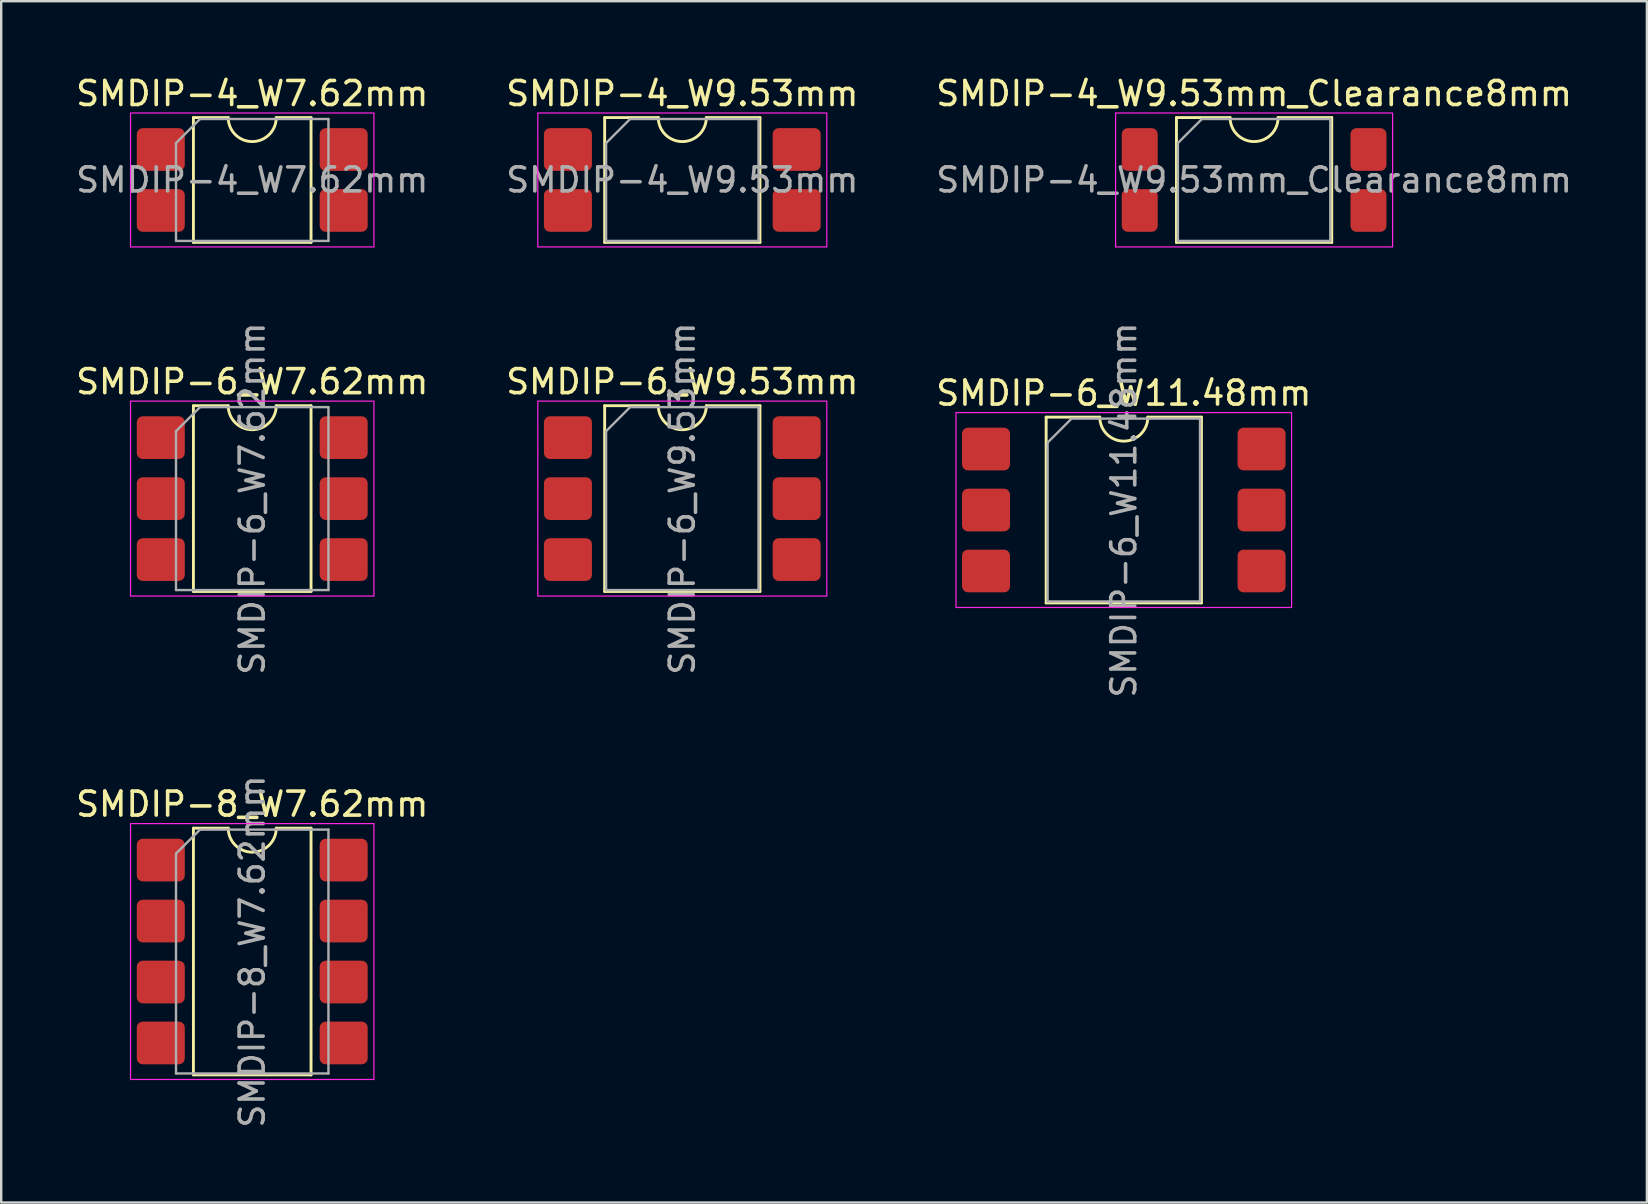
<source format=kicad_pcb>
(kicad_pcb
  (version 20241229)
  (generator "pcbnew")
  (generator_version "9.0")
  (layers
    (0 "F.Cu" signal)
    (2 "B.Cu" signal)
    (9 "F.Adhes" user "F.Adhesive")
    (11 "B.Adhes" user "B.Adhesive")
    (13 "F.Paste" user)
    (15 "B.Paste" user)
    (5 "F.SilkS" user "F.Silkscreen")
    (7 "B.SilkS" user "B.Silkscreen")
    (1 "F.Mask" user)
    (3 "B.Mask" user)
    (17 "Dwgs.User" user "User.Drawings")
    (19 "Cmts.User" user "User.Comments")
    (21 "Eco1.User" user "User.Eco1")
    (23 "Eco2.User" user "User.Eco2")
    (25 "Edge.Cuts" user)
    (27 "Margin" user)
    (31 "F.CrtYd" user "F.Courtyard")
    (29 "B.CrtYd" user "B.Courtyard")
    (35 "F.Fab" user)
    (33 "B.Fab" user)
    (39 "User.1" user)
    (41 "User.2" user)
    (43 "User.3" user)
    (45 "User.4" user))
  (footprint "SMDIP-4_W9.53mm_Clearance8mm"
    (layer "F.Cu")
    (at 49.196 4.448)
    (property "Reference" "SMDIP-4_W9.53mm_Clearance8mm" (at 0 -3.6 0) (layer "F.SilkS") (effects (font (size 1 1) (thickness 0.15))))
    (attr smd)
    (fp_line (start -3.235 -2.6) (end -3.235 2.6) (stroke (width 0.12) (type solid)) (layer "F.SilkS"))
    (fp_line (start -3.235 2.6) (end 3.235 2.6) (stroke (width 0.12) (type solid)) (layer "F.SilkS"))
    (fp_line (start -1 -2.6) (end -3.235 -2.6) (stroke (width 0.12) (type solid)) (layer "F.SilkS"))
    (fp_line (start 3.235 -2.6) (end 1 -2.6) (stroke (width 0.12) (type solid)) (layer "F.SilkS"))
    (fp_line (start 3.235 2.6) (end 3.235 -2.6) (stroke (width 0.12) (type solid)) (layer "F.SilkS"))
    (fp_arc (start 1 -2.6) (mid 0 -1.6) (end -1 -2.6) (stroke (width 0.12) (type solid)) (layer "F.SilkS"))
    (fp_rect (start -5.77 -2.79) (end 5.77 2.79) (stroke (width 0.05) (type solid)) (fill no) (layer "F.CrtYd"))
    (fp_line (start -3.175 -1.54) (end -2.175 -2.54) (stroke (width 0.1) (type solid)) (layer "F.Fab"))
    (fp_line (start -3.175 2.54) (end -3.175 -1.54) (stroke (width 0.1) (type solid)) (layer "F.Fab"))
    (fp_line (start -2.175 -2.54) (end 3.175 -2.54) (stroke (width 0.1) (type solid)) (layer "F.Fab"))
    (fp_line (start 3.175 -2.54) (end 3.175 2.54) (stroke (width 0.1) (type solid)) (layer "F.Fab"))
    (fp_line (start 3.175 2.54) (end -3.175 2.54) (stroke (width 0.1) (type solid)) (layer "F.Fab"))
    (fp_text user "${REFERENCE}" (at 0 0 0) (layer "F.Fab") (effects (font (size 1 1) (thickness 0.15))))
    (pad "1" smd roundrect (at -4.765 -1.27) (size 1.5 1.78) (layers "F.Cu" "F.Mask" "F.Paste") (roundrect_rratio 0.167))
    (pad "2" smd roundrect (at -4.765 1.27) (size 1.5 1.78) (layers "F.Cu" "F.Mask" "F.Paste") (roundrect_rratio 0.167))
    (pad "3" smd roundrect (at 4.765 1.27) (size 1.5 1.78) (layers "F.Cu" "F.Mask" "F.Paste") (roundrect_rratio 0.167))
    (pad "4" smd roundrect (at 4.765 -1.27) (size 1.5 1.78) (layers "F.Cu" "F.Mask" "F.Paste") (roundrect_rratio 0.167)))
  (footprint "SMDIP-6_W7.62mm"
    (layer "F.Cu")
    (at 7.458 17.722)
    (property "Reference" "SMDIP-6_W7.62mm" (at 0 -4.87 0) (layer "F.SilkS") (effects (font (size 1 1) (thickness 0.15))))
    (attr smd)
    (fp_line (start -2.45 -3.87) (end -2.45 3.87) (stroke (width 0.12) (type solid)) (layer "F.SilkS"))
    (fp_line (start -2.45 3.87) (end 2.45 3.87) (stroke (width 0.12) (type solid)) (layer "F.SilkS"))
    (fp_line (start -1 -3.87) (end -2.45 -3.87) (stroke (width 0.12) (type solid)) (layer "F.SilkS"))
    (fp_line (start 2.45 -3.87) (end 1 -3.87) (stroke (width 0.12) (type solid)) (layer "F.SilkS"))
    (fp_line (start 2.45 3.87) (end 2.45 -3.87) (stroke (width 0.12) (type solid)) (layer "F.SilkS"))
    (fp_arc (start 1 -3.87) (mid 0 -2.87) (end -1 -3.87) (stroke (width 0.12) (type solid)) (layer "F.SilkS"))
    (fp_rect (start -5.07 -4.06) (end 5.07 4.06) (stroke (width 0.05) (type solid)) (fill no) (layer "F.CrtYd"))
    (fp_line (start -3.175 -2.81) (end -2.175 -3.81) (stroke (width 0.1) (type solid)) (layer "F.Fab"))
    (fp_line (start -3.175 3.81) (end -3.175 -2.81) (stroke (width 0.1) (type solid)) (layer "F.Fab"))
    (fp_line (start -2.175 -3.81) (end 3.175 -3.81) (stroke (width 0.1) (type solid)) (layer "F.Fab"))
    (fp_line (start 3.175 -3.81) (end 3.175 3.81) (stroke (width 0.1) (type solid)) (layer "F.Fab"))
    (fp_line (start 3.175 3.81) (end -3.175 3.81) (stroke (width 0.1) (type solid)) (layer "F.Fab"))
    (fp_text user "${REFERENCE}" (at 0 0 90) (layer "F.Fab") (effects (font (size 1 1) (thickness 0.15))))
    (pad "1" smd roundrect (at -3.81 -2.54) (size 2 1.78) (layers "F.Cu" "F.Mask" "F.Paste") (roundrect_rratio 0.14))
    (pad "2" smd roundrect (at -3.81 0) (size 2 1.78) (layers "F.Cu" "F.Mask" "F.Paste") (roundrect_rratio 0.14))
    (pad "3" smd roundrect (at -3.81 2.54) (size 2 1.78) (layers "F.Cu" "F.Mask" "F.Paste") (roundrect_rratio 0.14))
    (pad "4" smd roundrect (at 3.81 2.54) (size 2 1.78) (layers "F.Cu" "F.Mask" "F.Paste") (roundrect_rratio 0.14))
    (pad "5" smd roundrect (at 3.81 0) (size 2 1.78) (layers "F.Cu" "F.Mask" "F.Paste") (roundrect_rratio 0.14))
    (pad "6" smd roundrect (at 3.81 -2.54) (size 2 1.78) (layers "F.Cu" "F.Mask" "F.Paste") (roundrect_rratio 0.14)))
  (footprint "SMDIP-6_W9.53mm"
    (layer "F.Cu")
    (at 25.375 17.722)
    (property "Reference" "SMDIP-6_W9.53mm" (at 0 -4.87 0) (layer "F.SilkS") (effects (font (size 1 1) (thickness 0.15))))
    (attr smd)
    (fp_line (start -3.235 -3.87) (end -3.235 3.87) (stroke (width 0.12) (type solid)) (layer "F.SilkS"))
    (fp_line (start -3.235 3.87) (end 3.235 3.87) (stroke (width 0.12) (type solid)) (layer "F.SilkS"))
    (fp_line (start -1 -3.87) (end -3.235 -3.87) (stroke (width 0.12) (type solid)) (layer "F.SilkS"))
    (fp_line (start 3.235 -3.87) (end 1 -3.87) (stroke (width 0.12) (type solid)) (layer "F.SilkS"))
    (fp_line (start 3.235 3.87) (end 3.235 -3.87) (stroke (width 0.12) (type solid)) (layer "F.SilkS"))
    (fp_arc (start 1 -3.87) (mid 0 -2.87) (end -1 -3.87) (stroke (width 0.12) (type solid)) (layer "F.SilkS"))
    (fp_rect (start -6.02 -4.06) (end 6.02 4.06) (stroke (width 0.05) (type solid)) (fill no) (layer "F.CrtYd"))
    (fp_line (start -3.175 -2.81) (end -2.175 -3.81) (stroke (width 0.1) (type solid)) (layer "F.Fab"))
    (fp_line (start -3.175 3.81) (end -3.175 -2.81) (stroke (width 0.1) (type solid)) (layer "F.Fab"))
    (fp_line (start -2.175 -3.81) (end 3.175 -3.81) (stroke (width 0.1) (type solid)) (layer "F.Fab"))
    (fp_line (start 3.175 -3.81) (end 3.175 3.81) (stroke (width 0.1) (type solid)) (layer "F.Fab"))
    (fp_line (start 3.175 3.81) (end -3.175 3.81) (stroke (width 0.1) (type solid)) (layer "F.Fab"))
    (fp_text user "${REFERENCE}" (at 0 0 90) (layer "F.Fab") (effects (font (size 1 1) (thickness 0.15))))
    (pad "1" smd roundrect (at -4.765 -2.54) (size 2 1.78) (layers "F.Cu" "F.Mask" "F.Paste") (roundrect_rratio 0.14))
    (pad "2" smd roundrect (at -4.765 0) (size 2 1.78) (layers "F.Cu" "F.Mask" "F.Paste") (roundrect_rratio 0.14))
    (pad "3" smd roundrect (at -4.765 2.54) (size 2 1.78) (layers "F.Cu" "F.Mask" "F.Paste") (roundrect_rratio 0.14))
    (pad "4" smd roundrect (at 4.765 2.54) (size 2 1.78) (layers "F.Cu" "F.Mask" "F.Paste") (roundrect_rratio 0.14))
    (pad "5" smd roundrect (at 4.765 0) (size 2 1.78) (layers "F.Cu" "F.Mask" "F.Paste") (roundrect_rratio 0.14))
    (pad "6" smd roundrect (at 4.765 -2.54) (size 2 1.78) (layers "F.Cu" "F.Mask" "F.Paste") (roundrect_rratio 0.14)))
  (footprint "SMDIP-8_W7.62mm"
    (layer "F.Cu")
    (at 7.458 36.591)
    (property "Reference" "SMDIP-8_W7.62mm" (at 0 -6.14 0) (layer "F.SilkS") (effects (font (size 1 1) (thickness 0.15))))
    (attr smd)
    (fp_line (start -2.45 -5.14) (end -2.45 5.14) (stroke (width 0.12) (type solid)) (layer "F.SilkS"))
    (fp_line (start -2.45 5.14) (end 2.45 5.14) (stroke (width 0.12) (type solid)) (layer "F.SilkS"))
    (fp_line (start -1 -5.14) (end -2.45 -5.14) (stroke (width 0.12) (type solid)) (layer "F.SilkS"))
    (fp_line (start 2.45 -5.14) (end 1 -5.14) (stroke (width 0.12) (type solid)) (layer "F.SilkS"))
    (fp_line (start 2.45 5.14) (end 2.45 -5.14) (stroke (width 0.12) (type solid)) (layer "F.SilkS"))
    (fp_arc (start 1 -5.14) (mid 0 -4.14) (end -1 -5.14) (stroke (width 0.12) (type solid)) (layer "F.SilkS"))
    (fp_rect (start -5.07 -5.33) (end 5.07 5.33) (stroke (width 0.05) (type solid)) (fill no) (layer "F.CrtYd"))
    (fp_line (start -3.175 -4.08) (end -2.175 -5.08) (stroke (width 0.1) (type solid)) (layer "F.Fab"))
    (fp_line (start -3.175 5.08) (end -3.175 -4.08) (stroke (width 0.1) (type solid)) (layer "F.Fab"))
    (fp_line (start -2.175 -5.08) (end 3.175 -5.08) (stroke (width 0.1) (type solid)) (layer "F.Fab"))
    (fp_line (start 3.175 -5.08) (end 3.175 5.08) (stroke (width 0.1) (type solid)) (layer "F.Fab"))
    (fp_line (start 3.175 5.08) (end -3.175 5.08) (stroke (width 0.1) (type solid)) (layer "F.Fab"))
    (fp_text user "${REFERENCE}" (at 0 0 90) (layer "F.Fab") (effects (font (size 1 1) (thickness 0.15))))
    (pad "1" smd roundrect (at -3.81 -3.81) (size 2 1.78) (layers "F.Cu" "F.Mask" "F.Paste") (roundrect_rratio 0.14))
    (pad "2" smd roundrect (at -3.81 -1.27) (size 2 1.78) (layers "F.Cu" "F.Mask" "F.Paste") (roundrect_rratio 0.14))
    (pad "3" smd roundrect (at -3.81 1.27) (size 2 1.78) (layers "F.Cu" "F.Mask" "F.Paste") (roundrect_rratio 0.14))
    (pad "4" smd roundrect (at -3.81 3.81) (size 2 1.78) (layers "F.Cu" "F.Mask" "F.Paste") (roundrect_rratio 0.14))
    (pad "5" smd roundrect (at 3.81 3.81) (size 2 1.78) (layers "F.Cu" "F.Mask" "F.Paste") (roundrect_rratio 0.14))
    (pad "6" smd roundrect (at 3.81 1.27) (size 2 1.78) (layers "F.Cu" "F.Mask" "F.Paste") (roundrect_rratio 0.14))
    (pad "7" smd roundrect (at 3.81 -1.27) (size 2 1.78) (layers "F.Cu" "F.Mask" "F.Paste") (roundrect_rratio 0.14))
    (pad "8" smd roundrect (at 3.81 -3.81) (size 2 1.78) (layers "F.Cu" "F.Mask" "F.Paste") (roundrect_rratio 0.14)))
  (footprint "SMDIP-4_W7.62mm"
    (layer "F.Cu")
    (at 7.458 4.448)
    (property "Reference" "SMDIP-4_W7.62mm" (at 0 -3.6 0) (layer "F.SilkS") (effects (font (size 1 1) (thickness 0.15))))
    (attr smd)
    (fp_line (start -2.45 -2.6) (end -2.45 2.6) (stroke (width 0.12) (type solid)) (layer "F.SilkS"))
    (fp_line (start -2.45 2.6) (end 2.45 2.6) (stroke (width 0.12) (type solid)) (layer "F.SilkS"))
    (fp_line (start -1 -2.6) (end -2.45 -2.6) (stroke (width 0.12) (type solid)) (layer "F.SilkS"))
    (fp_line (start 2.45 -2.6) (end 1 -2.6) (stroke (width 0.12) (type solid)) (layer "F.SilkS"))
    (fp_line (start 2.45 2.6) (end 2.45 -2.6) (stroke (width 0.12) (type solid)) (layer "F.SilkS"))
    (fp_arc (start 1 -2.6) (mid 0 -1.6) (end -1 -2.6) (stroke (width 0.12) (type solid)) (layer "F.SilkS"))
    (fp_rect (start -5.07 -2.79) (end 5.07 2.79) (stroke (width 0.05) (type solid)) (fill no) (layer "F.CrtYd"))
    (fp_line (start -3.175 -1.54) (end -2.175 -2.54) (stroke (width 0.1) (type solid)) (layer "F.Fab"))
    (fp_line (start -3.175 2.54) (end -3.175 -1.54) (stroke (width 0.1) (type solid)) (layer "F.Fab"))
    (fp_line (start -2.175 -2.54) (end 3.175 -2.54) (stroke (width 0.1) (type solid)) (layer "F.Fab"))
    (fp_line (start 3.175 -2.54) (end 3.175 2.54) (stroke (width 0.1) (type solid)) (layer "F.Fab"))
    (fp_line (start 3.175 2.54) (end -3.175 2.54) (stroke (width 0.1) (type solid)) (layer "F.Fab"))
    (fp_text user "${REFERENCE}" (at 0 0 0) (layer "F.Fab") (effects (font (size 1 1) (thickness 0.15))))
    (pad "1" smd roundrect (at -3.81 -1.27) (size 2 1.78) (layers "F.Cu" "F.Mask" "F.Paste") (roundrect_rratio 0.14))
    (pad "2" smd roundrect (at -3.81 1.27) (size 2 1.78) (layers "F.Cu" "F.Mask" "F.Paste") (roundrect_rratio 0.14))
    (pad "3" smd roundrect (at 3.81 1.27) (size 2 1.78) (layers "F.Cu" "F.Mask" "F.Paste") (roundrect_rratio 0.14))
    (pad "4" smd roundrect (at 3.81 -1.27) (size 2 1.78) (layers "F.Cu" "F.Mask" "F.Paste") (roundrect_rratio 0.14)))
  (footprint "SMDIP-4_W9.53mm"
    (layer "F.Cu")
    (at 25.375 4.448)
    (property "Reference" "SMDIP-4_W9.53mm" (at 0 -3.6 0) (layer "F.SilkS") (effects (font (size 1 1) (thickness 0.15))))
    (attr smd)
    (fp_line (start -3.235 -2.6) (end -3.235 2.6) (stroke (width 0.12) (type solid)) (layer "F.SilkS"))
    (fp_line (start -3.235 2.6) (end 3.235 2.6) (stroke (width 0.12) (type solid)) (layer "F.SilkS"))
    (fp_line (start -1 -2.6) (end -3.235 -2.6) (stroke (width 0.12) (type solid)) (layer "F.SilkS"))
    (fp_line (start 3.235 -2.6) (end 1 -2.6) (stroke (width 0.12) (type solid)) (layer "F.SilkS"))
    (fp_line (start 3.235 2.6) (end 3.235 -2.6) (stroke (width 0.12) (type solid)) (layer "F.SilkS"))
    (fp_arc (start 1 -2.6) (mid 0 -1.6) (end -1 -2.6) (stroke (width 0.12) (type solid)) (layer "F.SilkS"))
    (fp_rect (start -6.02 -2.79) (end 6.02 2.79) (stroke (width 0.05) (type solid)) (fill no) (layer "F.CrtYd"))
    (fp_line (start -3.175 -1.54) (end -2.175 -2.54) (stroke (width 0.1) (type solid)) (layer "F.Fab"))
    (fp_line (start -3.175 2.54) (end -3.175 -1.54) (stroke (width 0.1) (type solid)) (layer "F.Fab"))
    (fp_line (start -2.175 -2.54) (end 3.175 -2.54) (stroke (width 0.1) (type solid)) (layer "F.Fab"))
    (fp_line (start 3.175 -2.54) (end 3.175 2.54) (stroke (width 0.1) (type solid)) (layer "F.Fab"))
    (fp_line (start 3.175 2.54) (end -3.175 2.54) (stroke (width 0.1) (type solid)) (layer "F.Fab"))
    (fp_text user "${REFERENCE}" (at 0 0 0) (layer "F.Fab") (effects (font (size 1 1) (thickness 0.15))))
    (pad "1" smd roundrect (at -4.765 -1.27) (size 2 1.78) (layers "F.Cu" "F.Mask" "F.Paste") (roundrect_rratio 0.14))
    (pad "2" smd roundrect (at -4.765 1.27) (size 2 1.78) (layers "F.Cu" "F.Mask" "F.Paste") (roundrect_rratio 0.14))
    (pad "3" smd roundrect (at 4.765 1.27) (size 2 1.78) (layers "F.Cu" "F.Mask" "F.Paste") (roundrect_rratio 0.14))
    (pad "4" smd roundrect (at 4.765 -1.27) (size 2 1.78) (layers "F.Cu" "F.Mask" "F.Paste") (roundrect_rratio 0.14)))
  (footprint "SMDIP-6_W11.48mm"
    (layer "F.Cu")
    (at 43.768 18.198)
    (property "Reference" "SMDIP-6_W11.48mm" (at 0 -4.87 0) (layer "F.SilkS") (effects (font (size 1 1) (thickness 0.15))))
    (attr smd)
    (fp_line (start -3.235 -3.87) (end -3.235 3.87) (stroke (width 0.12) (type solid)) (layer "F.SilkS"))
    (fp_line (start -3.235 3.87) (end 3.235 3.87) (stroke (width 0.12) (type solid)) (layer "F.SilkS"))
    (fp_line (start -1 -3.87) (end -3.235 -3.87) (stroke (width 0.12) (type solid)) (layer "F.SilkS"))
    (fp_line (start 3.235 -3.87) (end 1 -3.87) (stroke (width 0.12) (type solid)) (layer "F.SilkS"))
    (fp_line (start 3.235 3.87) (end 3.235 -3.87) (stroke (width 0.12) (type solid)) (layer "F.SilkS"))
    (fp_arc (start 1 -3.87) (mid 0 -2.87) (end -1 -3.87) (stroke (width 0.12) (type solid)) (layer "F.SilkS"))
    (fp_rect (start -6.99 -4.06) (end 6.99 4.06) (stroke (width 0.05) (type solid)) (fill no) (layer "F.CrtYd"))
    (fp_line (start -3.175 -2.81) (end -2.175 -3.81) (stroke (width 0.1) (type solid)) (layer "F.Fab"))
    (fp_line (start -3.175 3.81) (end -3.175 -2.81) (stroke (width 0.1) (type solid)) (layer "F.Fab"))
    (fp_line (start -2.175 -3.81) (end 3.175 -3.81) (stroke (width 0.1) (type solid)) (layer "F.Fab"))
    (fp_line (start 3.175 -3.81) (end 3.175 3.81) (stroke (width 0.1) (type solid)) (layer "F.Fab"))
    (fp_line (start 3.175 3.81) (end -3.175 3.81) (stroke (width 0.1) (type solid)) (layer "F.Fab"))
    (fp_text user "${REFERENCE}" (at 0 0 90) (layer "F.Fab") (effects (font (size 1 1) (thickness 0.15))))
    (pad "1" smd roundrect (at -5.74 -2.54) (size 2 1.78) (layers "F.Cu" "F.Mask" "F.Paste") (roundrect_rratio 0.14))
    (pad "2" smd roundrect (at -5.74 0) (size 2 1.78) (layers "F.Cu" "F.Mask" "F.Paste") (roundrect_rratio 0.14))
    (pad "3" smd roundrect (at -5.74 2.54) (size 2 1.78) (layers "F.Cu" "F.Mask" "F.Paste") (roundrect_rratio 0.14))
    (pad "4" smd roundrect (at 5.74 2.54) (size 2 1.78) (layers "F.Cu" "F.Mask" "F.Paste") (roundrect_rratio 0.14))
    (pad "5" smd roundrect (at 5.74 0) (size 2 1.78) (layers "F.Cu" "F.Mask" "F.Paste") (roundrect_rratio 0.14))
    (pad "6" smd roundrect (at 5.74 -2.54) (size 2 1.78) (layers "F.Cu" "F.Mask" "F.Paste") (roundrect_rratio 0.14)))
  (gr_rect
    (start -3 -3)
    (end 65.56 47.049)
    (stroke (width 0.1) (type default))
    (fill no)
    (layer "Edge.Cuts")))
</source>
